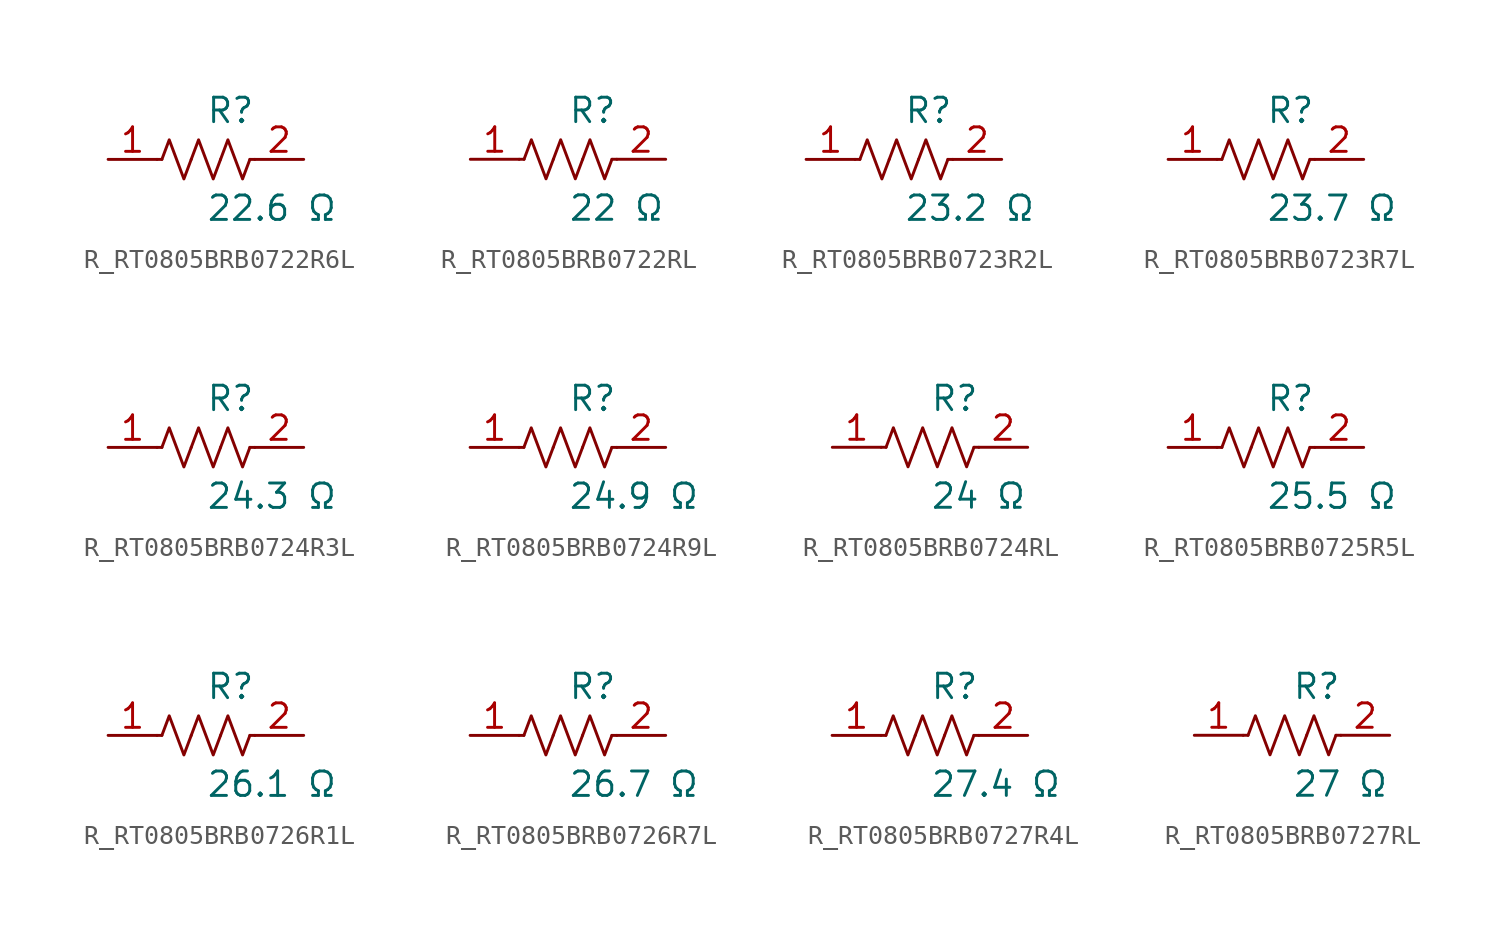
<source format=kicad_sym>
(kicad_symbol_lib
  (version 20231120)
  (generator kicad_symbol_editor)
  (generator_version 8.0)
  (symbol "R_RT0805BRB0722R6L"
    (pin_names
      (offset 0.254))
    (property "Reference" "R"
      (at 0.0 2.54 0)
      (effects (font (size 1.27 1.27)) (justify left)))
    (property "Value" "22.6 Ω"
      (at 0.0 -2.54 0)
      (effects (font (size 1.27 1.27)) (justify left)))
    (symbol "R_RT0805BRB0722R6L_0_1"
      (polyline (pts (xy 2.286 0) (xy 2.54 0)) (stroke (width 0) (type default)) (fill (type none)))
      (polyline (pts (xy -2.286 0) (xy -2.54 0)) (stroke (width 0) (type default)) (fill (type none)))
      (polyline (pts (xy 0.762 0) (xy 1.143 1.016) (xy 1.524 0) (xy 1.905 -1.016) (xy 2.286 0)) (stroke (width 0) (type default)) (fill (type none)))
      (polyline (pts (xy -0.762 0) (xy -0.381 1.016) (xy 0 0) (xy 0.381 -1.016) (xy 0.762 0)) (stroke (width 0) (type default)) (fill (type none)))
      (polyline (pts (xy -2.286 0) (xy -1.905 1.016) (xy -1.524 0) (xy -1.143 -1.016) (xy -0.762 0)) (stroke (width 0) (type default)) (fill (type none))))
    (pin unspecified line
      (at -5.08 0 0)
      (length 2.54)
      (name "" (effects (font (size 1.27 1.27))))
      (number "1" (effects (font (size 1.27 1.27)))))
    (pin unspecified line
      (at 5.08 0 180)
      (length 2.54)
      (name "" (effects (font (size 1.27 1.27))))
      (number "2" (effects (font (size 1.27 1.27))))))
  (symbol "R_RT0805BRB0722RL"
    (pin_names
      (offset 0.254))
    (property "Reference" "R"
      (at 0.0 2.54 0)
      (effects (font (size 1.27 1.27)) (justify left)))
    (property "Value" "22 Ω"
      (at 0.0 -2.54 0)
      (effects (font (size 1.27 1.27)) (justify left)))
    (symbol "R_RT0805BRB0722RL_0_1"
      (polyline (pts (xy 2.286 0) (xy 2.54 0)) (stroke (width 0) (type default)) (fill (type none)))
      (polyline (pts (xy -2.286 0) (xy -2.54 0)) (stroke (width 0) (type default)) (fill (type none)))
      (polyline (pts (xy 0.762 0) (xy 1.143 1.016) (xy 1.524 0) (xy 1.905 -1.016) (xy 2.286 0)) (stroke (width 0) (type default)) (fill (type none)))
      (polyline (pts (xy -0.762 0) (xy -0.381 1.016) (xy 0 0) (xy 0.381 -1.016) (xy 0.762 0)) (stroke (width 0) (type default)) (fill (type none)))
      (polyline (pts (xy -2.286 0) (xy -1.905 1.016) (xy -1.524 0) (xy -1.143 -1.016) (xy -0.762 0)) (stroke (width 0) (type default)) (fill (type none))))
    (pin unspecified line
      (at -5.08 0 0)
      (length 2.54)
      (name "" (effects (font (size 1.27 1.27))))
      (number "1" (effects (font (size 1.27 1.27)))))
    (pin unspecified line
      (at 5.08 0 180)
      (length 2.54)
      (name "" (effects (font (size 1.27 1.27))))
      (number "2" (effects (font (size 1.27 1.27))))))
  (symbol "R_RT0805BRB0723R2L"
    (pin_names
      (offset 0.254))
    (property "Reference" "R"
      (at 0.0 2.54 0)
      (effects (font (size 1.27 1.27)) (justify left)))
    (property "Value" "23.2 Ω"
      (at 0.0 -2.54 0)
      (effects (font (size 1.27 1.27)) (justify left)))
    (symbol "R_RT0805BRB0723R2L_0_1"
      (polyline (pts (xy 2.286 0) (xy 2.54 0)) (stroke (width 0) (type default)) (fill (type none)))
      (polyline (pts (xy -2.286 0) (xy -2.54 0)) (stroke (width 0) (type default)) (fill (type none)))
      (polyline (pts (xy 0.762 0) (xy 1.143 1.016) (xy 1.524 0) (xy 1.905 -1.016) (xy 2.286 0)) (stroke (width 0) (type default)) (fill (type none)))
      (polyline (pts (xy -0.762 0) (xy -0.381 1.016) (xy 0 0) (xy 0.381 -1.016) (xy 0.762 0)) (stroke (width 0) (type default)) (fill (type none)))
      (polyline (pts (xy -2.286 0) (xy -1.905 1.016) (xy -1.524 0) (xy -1.143 -1.016) (xy -0.762 0)) (stroke (width 0) (type default)) (fill (type none))))
    (pin unspecified line
      (at -5.08 0 0)
      (length 2.54)
      (name "" (effects (font (size 1.27 1.27))))
      (number "1" (effects (font (size 1.27 1.27)))))
    (pin unspecified line
      (at 5.08 0 180)
      (length 2.54)
      (name "" (effects (font (size 1.27 1.27))))
      (number "2" (effects (font (size 1.27 1.27))))))
  (symbol "R_RT0805BRB0723R7L"
    (pin_names
      (offset 0.254))
    (property "Reference" "R"
      (at 0.0 2.54 0)
      (effects (font (size 1.27 1.27)) (justify left)))
    (property "Value" "23.7 Ω"
      (at 0.0 -2.54 0)
      (effects (font (size 1.27 1.27)) (justify left)))
    (symbol "R_RT0805BRB0723R7L_0_1"
      (polyline (pts (xy 2.286 0) (xy 2.54 0)) (stroke (width 0) (type default)) (fill (type none)))
      (polyline (pts (xy -2.286 0) (xy -2.54 0)) (stroke (width 0) (type default)) (fill (type none)))
      (polyline (pts (xy 0.762 0) (xy 1.143 1.016) (xy 1.524 0) (xy 1.905 -1.016) (xy 2.286 0)) (stroke (width 0) (type default)) (fill (type none)))
      (polyline (pts (xy -0.762 0) (xy -0.381 1.016) (xy 0 0) (xy 0.381 -1.016) (xy 0.762 0)) (stroke (width 0) (type default)) (fill (type none)))
      (polyline (pts (xy -2.286 0) (xy -1.905 1.016) (xy -1.524 0) (xy -1.143 -1.016) (xy -0.762 0)) (stroke (width 0) (type default)) (fill (type none))))
    (pin unspecified line
      (at -5.08 0 0)
      (length 2.54)
      (name "" (effects (font (size 1.27 1.27))))
      (number "1" (effects (font (size 1.27 1.27)))))
    (pin unspecified line
      (at 5.08 0 180)
      (length 2.54)
      (name "" (effects (font (size 1.27 1.27))))
      (number "2" (effects (font (size 1.27 1.27))))))
  (symbol "R_RT0805BRB0724R3L"
    (pin_names
      (offset 0.254))
    (property "Reference" "R"
      (at 0.0 2.54 0)
      (effects (font (size 1.27 1.27)) (justify left)))
    (property "Value" "24.3 Ω"
      (at 0.0 -2.54 0)
      (effects (font (size 1.27 1.27)) (justify left)))
    (symbol "R_RT0805BRB0724R3L_0_1"
      (polyline (pts (xy 2.286 0) (xy 2.54 0)) (stroke (width 0) (type default)) (fill (type none)))
      (polyline (pts (xy -2.286 0) (xy -2.54 0)) (stroke (width 0) (type default)) (fill (type none)))
      (polyline (pts (xy 0.762 0) (xy 1.143 1.016) (xy 1.524 0) (xy 1.905 -1.016) (xy 2.286 0)) (stroke (width 0) (type default)) (fill (type none)))
      (polyline (pts (xy -0.762 0) (xy -0.381 1.016) (xy 0 0) (xy 0.381 -1.016) (xy 0.762 0)) (stroke (width 0) (type default)) (fill (type none)))
      (polyline (pts (xy -2.286 0) (xy -1.905 1.016) (xy -1.524 0) (xy -1.143 -1.016) (xy -0.762 0)) (stroke (width 0) (type default)) (fill (type none))))
    (pin unspecified line
      (at -5.08 0 0)
      (length 2.54)
      (name "" (effects (font (size 1.27 1.27))))
      (number "1" (effects (font (size 1.27 1.27)))))
    (pin unspecified line
      (at 5.08 0 180)
      (length 2.54)
      (name "" (effects (font (size 1.27 1.27))))
      (number "2" (effects (font (size 1.27 1.27))))))
  (symbol "R_RT0805BRB0724R9L"
    (pin_names
      (offset 0.254))
    (property "Reference" "R"
      (at 0.0 2.54 0)
      (effects (font (size 1.27 1.27)) (justify left)))
    (property "Value" "24.9 Ω"
      (at 0.0 -2.54 0)
      (effects (font (size 1.27 1.27)) (justify left)))
    (symbol "R_RT0805BRB0724R9L_0_1"
      (polyline (pts (xy 2.286 0) (xy 2.54 0)) (stroke (width 0) (type default)) (fill (type none)))
      (polyline (pts (xy -2.286 0) (xy -2.54 0)) (stroke (width 0) (type default)) (fill (type none)))
      (polyline (pts (xy 0.762 0) (xy 1.143 1.016) (xy 1.524 0) (xy 1.905 -1.016) (xy 2.286 0)) (stroke (width 0) (type default)) (fill (type none)))
      (polyline (pts (xy -0.762 0) (xy -0.381 1.016) (xy 0 0) (xy 0.381 -1.016) (xy 0.762 0)) (stroke (width 0) (type default)) (fill (type none)))
      (polyline (pts (xy -2.286 0) (xy -1.905 1.016) (xy -1.524 0) (xy -1.143 -1.016) (xy -0.762 0)) (stroke (width 0) (type default)) (fill (type none))))
    (pin unspecified line
      (at -5.08 0 0)
      (length 2.54)
      (name "" (effects (font (size 1.27 1.27))))
      (number "1" (effects (font (size 1.27 1.27)))))
    (pin unspecified line
      (at 5.08 0 180)
      (length 2.54)
      (name "" (effects (font (size 1.27 1.27))))
      (number "2" (effects (font (size 1.27 1.27))))))
  (symbol "R_RT0805BRB0724RL"
    (pin_names
      (offset 0.254))
    (property "Reference" "R"
      (at 0.0 2.54 0)
      (effects (font (size 1.27 1.27)) (justify left)))
    (property "Value" "24 Ω"
      (at 0.0 -2.54 0)
      (effects (font (size 1.27 1.27)) (justify left)))
    (symbol "R_RT0805BRB0724RL_0_1"
      (polyline (pts (xy 2.286 0) (xy 2.54 0)) (stroke (width 0) (type default)) (fill (type none)))
      (polyline (pts (xy -2.286 0) (xy -2.54 0)) (stroke (width 0) (type default)) (fill (type none)))
      (polyline (pts (xy 0.762 0) (xy 1.143 1.016) (xy 1.524 0) (xy 1.905 -1.016) (xy 2.286 0)) (stroke (width 0) (type default)) (fill (type none)))
      (polyline (pts (xy -0.762 0) (xy -0.381 1.016) (xy 0 0) (xy 0.381 -1.016) (xy 0.762 0)) (stroke (width 0) (type default)) (fill (type none)))
      (polyline (pts (xy -2.286 0) (xy -1.905 1.016) (xy -1.524 0) (xy -1.143 -1.016) (xy -0.762 0)) (stroke (width 0) (type default)) (fill (type none))))
    (pin unspecified line
      (at -5.08 0 0)
      (length 2.54)
      (name "" (effects (font (size 1.27 1.27))))
      (number "1" (effects (font (size 1.27 1.27)))))
    (pin unspecified line
      (at 5.08 0 180)
      (length 2.54)
      (name "" (effects (font (size 1.27 1.27))))
      (number "2" (effects (font (size 1.27 1.27))))))
  (symbol "R_RT0805BRB0725R5L"
    (pin_names
      (offset 0.254))
    (property "Reference" "R"
      (at 0.0 2.54 0)
      (effects (font (size 1.27 1.27)) (justify left)))
    (property "Value" "25.5 Ω"
      (at 0.0 -2.54 0)
      (effects (font (size 1.27 1.27)) (justify left)))
    (symbol "R_RT0805BRB0725R5L_0_1"
      (polyline (pts (xy 2.286 0) (xy 2.54 0)) (stroke (width 0) (type default)) (fill (type none)))
      (polyline (pts (xy -2.286 0) (xy -2.54 0)) (stroke (width 0) (type default)) (fill (type none)))
      (polyline (pts (xy 0.762 0) (xy 1.143 1.016) (xy 1.524 0) (xy 1.905 -1.016) (xy 2.286 0)) (stroke (width 0) (type default)) (fill (type none)))
      (polyline (pts (xy -0.762 0) (xy -0.381 1.016) (xy 0 0) (xy 0.381 -1.016) (xy 0.762 0)) (stroke (width 0) (type default)) (fill (type none)))
      (polyline (pts (xy -2.286 0) (xy -1.905 1.016) (xy -1.524 0) (xy -1.143 -1.016) (xy -0.762 0)) (stroke (width 0) (type default)) (fill (type none))))
    (pin unspecified line
      (at -5.08 0 0)
      (length 2.54)
      (name "" (effects (font (size 1.27 1.27))))
      (number "1" (effects (font (size 1.27 1.27)))))
    (pin unspecified line
      (at 5.08 0 180)
      (length 2.54)
      (name "" (effects (font (size 1.27 1.27))))
      (number "2" (effects (font (size 1.27 1.27))))))
  (symbol "R_RT0805BRB0726R1L"
    (pin_names
      (offset 0.254))
    (property "Reference" "R"
      (at 0.0 2.54 0)
      (effects (font (size 1.27 1.27)) (justify left)))
    (property "Value" "26.1 Ω"
      (at 0.0 -2.54 0)
      (effects (font (size 1.27 1.27)) (justify left)))
    (symbol "R_RT0805BRB0726R1L_0_1"
      (polyline (pts (xy 2.286 0) (xy 2.54 0)) (stroke (width 0) (type default)) (fill (type none)))
      (polyline (pts (xy -2.286 0) (xy -2.54 0)) (stroke (width 0) (type default)) (fill (type none)))
      (polyline (pts (xy 0.762 0) (xy 1.143 1.016) (xy 1.524 0) (xy 1.905 -1.016) (xy 2.286 0)) (stroke (width 0) (type default)) (fill (type none)))
      (polyline (pts (xy -0.762 0) (xy -0.381 1.016) (xy 0 0) (xy 0.381 -1.016) (xy 0.762 0)) (stroke (width 0) (type default)) (fill (type none)))
      (polyline (pts (xy -2.286 0) (xy -1.905 1.016) (xy -1.524 0) (xy -1.143 -1.016) (xy -0.762 0)) (stroke (width 0) (type default)) (fill (type none))))
    (pin unspecified line
      (at -5.08 0 0)
      (length 2.54)
      (name "" (effects (font (size 1.27 1.27))))
      (number "1" (effects (font (size 1.27 1.27)))))
    (pin unspecified line
      (at 5.08 0 180)
      (length 2.54)
      (name "" (effects (font (size 1.27 1.27))))
      (number "2" (effects (font (size 1.27 1.27))))))
  (symbol "R_RT0805BRB0726R7L"
    (pin_names
      (offset 0.254))
    (property "Reference" "R"
      (at 0.0 2.54 0)
      (effects (font (size 1.27 1.27)) (justify left)))
    (property "Value" "26.7 Ω"
      (at 0.0 -2.54 0)
      (effects (font (size 1.27 1.27)) (justify left)))
    (symbol "R_RT0805BRB0726R7L_0_1"
      (polyline (pts (xy 2.286 0) (xy 2.54 0)) (stroke (width 0) (type default)) (fill (type none)))
      (polyline (pts (xy -2.286 0) (xy -2.54 0)) (stroke (width 0) (type default)) (fill (type none)))
      (polyline (pts (xy 0.762 0) (xy 1.143 1.016) (xy 1.524 0) (xy 1.905 -1.016) (xy 2.286 0)) (stroke (width 0) (type default)) (fill (type none)))
      (polyline (pts (xy -0.762 0) (xy -0.381 1.016) (xy 0 0) (xy 0.381 -1.016) (xy 0.762 0)) (stroke (width 0) (type default)) (fill (type none)))
      (polyline (pts (xy -2.286 0) (xy -1.905 1.016) (xy -1.524 0) (xy -1.143 -1.016) (xy -0.762 0)) (stroke (width 0) (type default)) (fill (type none))))
    (pin unspecified line
      (at -5.08 0 0)
      (length 2.54)
      (name "" (effects (font (size 1.27 1.27))))
      (number "1" (effects (font (size 1.27 1.27)))))
    (pin unspecified line
      (at 5.08 0 180)
      (length 2.54)
      (name "" (effects (font (size 1.27 1.27))))
      (number "2" (effects (font (size 1.27 1.27))))))
  (symbol "R_RT0805BRB0727R4L"
    (pin_names
      (offset 0.254))
    (property "Reference" "R"
      (at 0.0 2.54 0)
      (effects (font (size 1.27 1.27)) (justify left)))
    (property "Value" "27.4 Ω"
      (at 0.0 -2.54 0)
      (effects (font (size 1.27 1.27)) (justify left)))
    (symbol "R_RT0805BRB0727R4L_0_1"
      (polyline (pts (xy 2.286 0) (xy 2.54 0)) (stroke (width 0) (type default)) (fill (type none)))
      (polyline (pts (xy -2.286 0) (xy -2.54 0)) (stroke (width 0) (type default)) (fill (type none)))
      (polyline (pts (xy 0.762 0) (xy 1.143 1.016) (xy 1.524 0) (xy 1.905 -1.016) (xy 2.286 0)) (stroke (width 0) (type default)) (fill (type none)))
      (polyline (pts (xy -0.762 0) (xy -0.381 1.016) (xy 0 0) (xy 0.381 -1.016) (xy 0.762 0)) (stroke (width 0) (type default)) (fill (type none)))
      (polyline (pts (xy -2.286 0) (xy -1.905 1.016) (xy -1.524 0) (xy -1.143 -1.016) (xy -0.762 0)) (stroke (width 0) (type default)) (fill (type none))))
    (pin unspecified line
      (at -5.08 0 0)
      (length 2.54)
      (name "" (effects (font (size 1.27 1.27))))
      (number "1" (effects (font (size 1.27 1.27)))))
    (pin unspecified line
      (at 5.08 0 180)
      (length 2.54)
      (name "" (effects (font (size 1.27 1.27))))
      (number "2" (effects (font (size 1.27 1.27))))))
  (symbol "R_RT0805BRB0727RL"
    (pin_names
      (offset 0.254))
    (property "Reference" "R"
      (at 0.0 2.54 0)
      (effects (font (size 1.27 1.27)) (justify left)))
    (property "Value" "27 Ω"
      (at 0.0 -2.54 0)
      (effects (font (size 1.27 1.27)) (justify left)))
    (symbol "R_RT0805BRB0727RL_0_1"
      (polyline (pts (xy 2.286 0) (xy 2.54 0)) (stroke (width 0) (type default)) (fill (type none)))
      (polyline (pts (xy -2.286 0) (xy -2.54 0)) (stroke (width 0) (type default)) (fill (type none)))
      (polyline (pts (xy 0.762 0) (xy 1.143 1.016) (xy 1.524 0) (xy 1.905 -1.016) (xy 2.286 0)) (stroke (width 0) (type default)) (fill (type none)))
      (polyline (pts (xy -0.762 0) (xy -0.381 1.016) (xy 0 0) (xy 0.381 -1.016) (xy 0.762 0)) (stroke (width 0) (type default)) (fill (type none)))
      (polyline (pts (xy -2.286 0) (xy -1.905 1.016) (xy -1.524 0) (xy -1.143 -1.016) (xy -0.762 0)) (stroke (width 0) (type default)) (fill (type none))))
    (pin unspecified line
      (at -5.08 0 0)
      (length 2.54)
      (name "" (effects (font (size 1.27 1.27))))
      (number "1" (effects (font (size 1.27 1.27)))))
    (pin unspecified line
      (at 5.08 0 180)
      (length 2.54)
      (name "" (effects (font (size 1.27 1.27))))
      (number "2" (effects (font (size 1.27 1.27)))))))
</source>
